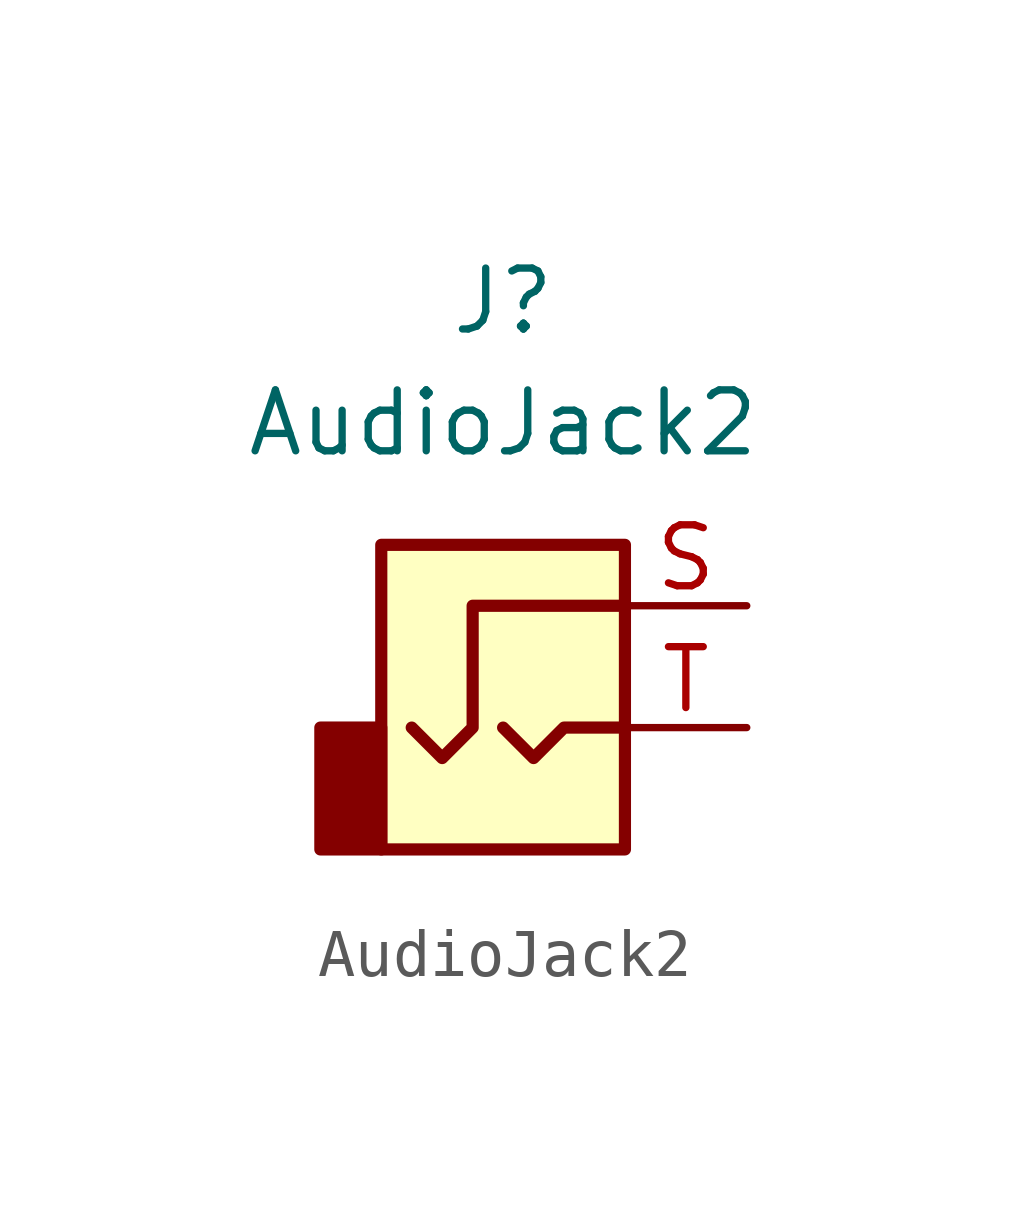
<source format=kicad_sym>
(kicad_symbol_lib
  (version 20211014)
  (generator kicad_symbol_editor)
  (symbol "AudioJack2"
    (property "Reference" "J"
      (at 0 8.89 0)
      (effects (font (size 1.27 1.27))))
    (property "Value" "AudioJack2"
      (at 0 6.35 0)
      (effects (font (size 1.27 1.27))))
    (symbol "AudioJack2_0_1"
      (rectangle (start -3.81 0) (end -2.54 -2.54) (stroke (width 0.254) (type default) (color 0 0 0 0)) (fill (type outline)))
      (rectangle (start -2.54 3.81) (end 2.54 -2.54) (stroke (width 0.254) (type default) (color 0 0 0 0)) (fill (type background)))
      (polyline (pts (xy 0 0) (xy 0.635 -0.635) (xy 1.27 0) (xy 2.54 0)) (stroke (width 0.254) (type default) (color 0 0 0 0)) (fill (type none)))
      (polyline (pts (xy 2.54 2.54) (xy -0.635 2.54) (xy -0.635 0) (xy -1.27 -0.635) (xy -1.905 0)) (stroke (width 0.254) (type default) (color 0 0 0 0)) (fill (type none))))
    (symbol "AudioJack2_1_1"
      (pin no_connect line (at -5.08 2.54 0) (length 2.54) hide (name "NC" (effects (font (size 1.27 1.27)))) (number "R1" (effects (font (size 1.27 1.27)))))
      (pin no_connect line (at -5.08 0 0) (length 2.54) hide (name "NC" (effects (font (size 1.27 1.27)))) (number "R2" (effects (font (size 1.27 1.27)))))
      (pin passive line (at 5.08 2.54 180) (length 2.54) (name "~" (effects (font (size 1.27 1.27)))) (number "S" (effects (font (size 1.27 1.27)))))
      (pin passive line (at 5.08 0 180) (length 2.54) (name "~" (effects (font (size 1.27 1.27)))) (number "T" (effects (font (size 1.27 1.27))))))))
</source>
